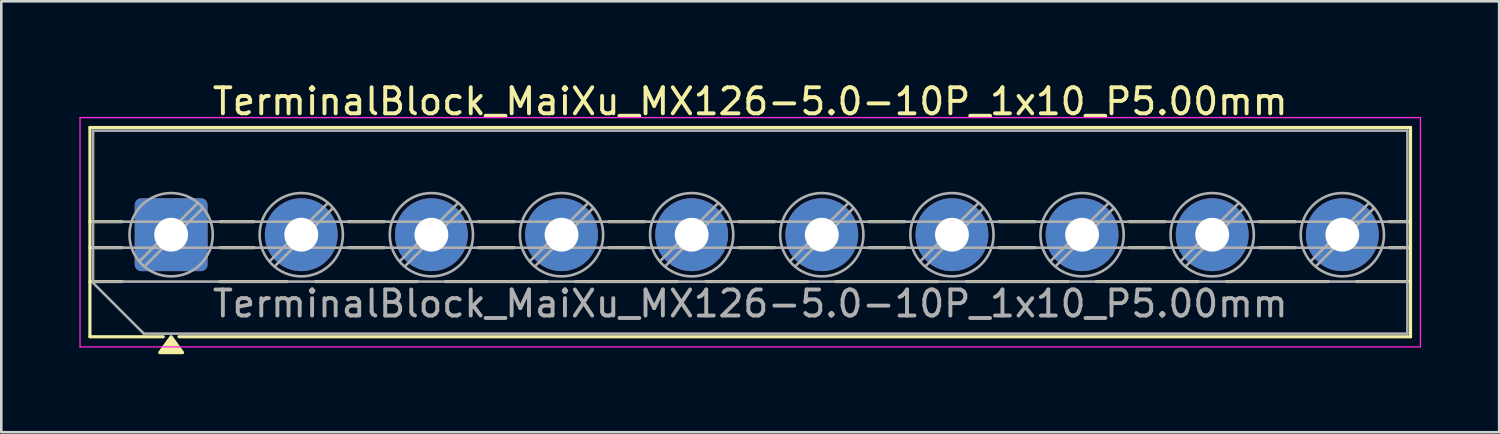
<source format=kicad_pcb>
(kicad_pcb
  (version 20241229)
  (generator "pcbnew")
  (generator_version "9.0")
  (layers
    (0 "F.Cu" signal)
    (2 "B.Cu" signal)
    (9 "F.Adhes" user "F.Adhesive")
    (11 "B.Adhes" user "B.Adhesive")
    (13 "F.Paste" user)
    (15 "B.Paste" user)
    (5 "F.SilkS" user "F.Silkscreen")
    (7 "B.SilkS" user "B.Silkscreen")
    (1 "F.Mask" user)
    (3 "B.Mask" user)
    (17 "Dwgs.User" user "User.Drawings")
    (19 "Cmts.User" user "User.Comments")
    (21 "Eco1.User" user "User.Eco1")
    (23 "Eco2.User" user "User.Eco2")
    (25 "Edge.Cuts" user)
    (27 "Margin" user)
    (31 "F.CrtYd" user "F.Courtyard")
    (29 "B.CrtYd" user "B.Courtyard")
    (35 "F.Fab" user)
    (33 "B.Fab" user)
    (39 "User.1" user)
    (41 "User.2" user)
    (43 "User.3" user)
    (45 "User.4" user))
  (footprint "TerminalBlock_MaiXu_MX126-5.0-10P_1x10_P5.00mm"
    (layer "F.Cu")
    (at 3.525 5.968)
    (property "Reference" "TerminalBlock_MaiXu_MX126-5.0-10P_1x10_P5.00mm" (at 22.25 -5.12 0) (layer "F.SilkS") (effects (font (size 1 1) (thickness 0.15))))
    (attr through_hole)
    (fp_line (start -3.12 -4.12) (end -3.12 3.92) (stroke (width 0.12) (type solid)) (layer "F.SilkS"))
    (fp_line (start -3.12 -4.12) (end 47.62 -4.12) (stroke (width 0.12) (type solid)) (layer "F.SilkS"))
    (fp_line (start -3.12 -0.5) (end -1.88 -0.5) (stroke (width 0.12) (type solid)) (layer "F.SilkS"))
    (fp_line (start -3.12 0.5) (end -1.88 0.5) (stroke (width 0.12) (type solid)) (layer "F.SilkS"))
    (fp_line (start -3.12 1.8) (end -1.88 1.8) (stroke (width 0.12) (type solid)) (layer "F.SilkS"))
    (fp_line (start -3.12 3.92) (end -0.3 3.92) (stroke (width 0.12) (type solid)) (layer "F.SilkS"))
    (fp_line (start 0.3 3.92) (end 47.62 3.92) (stroke (width 0.12) (type solid)) (layer "F.SilkS"))
    (fp_line (start 1.88 -0.5) (end 3.188 -0.5) (stroke (width 0.12) (type solid)) (layer "F.SilkS"))
    (fp_line (start 1.88 0.5) (end 3.188 0.5) (stroke (width 0.12) (type solid)) (layer "F.SilkS"))
    (fp_line (start 1.88 1.8) (end 4.457 1.8) (stroke (width 0.12) (type solid)) (layer "F.SilkS"))
    (fp_line (start 5.543 1.8) (end 9.457 1.8) (stroke (width 0.12) (type solid)) (layer "F.SilkS"))
    (fp_line (start 6.812 -0.5) (end 8.188 -0.5) (stroke (width 0.12) (type solid)) (layer "F.SilkS"))
    (fp_line (start 6.812 0.5) (end 8.188 0.5) (stroke (width 0.12) (type solid)) (layer "F.SilkS"))
    (fp_line (start 10.543 1.8) (end 14.457 1.8) (stroke (width 0.12) (type solid)) (layer "F.SilkS"))
    (fp_line (start 11.812 -0.5) (end 13.188 -0.5) (stroke (width 0.12) (type solid)) (layer "F.SilkS"))
    (fp_line (start 11.812 0.5) (end 13.188 0.5) (stroke (width 0.12) (type solid)) (layer "F.SilkS"))
    (fp_line (start 15.543 1.8) (end 19.457 1.8) (stroke (width 0.12) (type solid)) (layer "F.SilkS"))
    (fp_line (start 16.812 -0.5) (end 18.188 -0.5) (stroke (width 0.12) (type solid)) (layer "F.SilkS"))
    (fp_line (start 16.812 0.5) (end 18.188 0.5) (stroke (width 0.12) (type solid)) (layer "F.SilkS"))
    (fp_line (start 20.543 1.8) (end 24.457 1.8) (stroke (width 0.12) (type solid)) (layer "F.SilkS"))
    (fp_line (start 21.812 -0.5) (end 23.188 -0.5) (stroke (width 0.12) (type solid)) (layer "F.SilkS"))
    (fp_line (start 21.812 0.5) (end 23.188 0.5) (stroke (width 0.12) (type solid)) (layer "F.SilkS"))
    (fp_line (start 25.543 1.8) (end 29.457 1.8) (stroke (width 0.12) (type solid)) (layer "F.SilkS"))
    (fp_line (start 26.812 -0.5) (end 28.188 -0.5) (stroke (width 0.12) (type solid)) (layer "F.SilkS"))
    (fp_line (start 26.812 0.5) (end 28.188 0.5) (stroke (width 0.12) (type solid)) (layer "F.SilkS"))
    (fp_line (start 30.543 1.8) (end 34.457 1.8) (stroke (width 0.12) (type solid)) (layer "F.SilkS"))
    (fp_line (start 31.812 -0.5) (end 33.188 -0.5) (stroke (width 0.12) (type solid)) (layer "F.SilkS"))
    (fp_line (start 31.812 0.5) (end 33.188 0.5) (stroke (width 0.12) (type solid)) (layer "F.SilkS"))
    (fp_line (start 35.543 1.8) (end 39.457 1.8) (stroke (width 0.12) (type solid)) (layer "F.SilkS"))
    (fp_line (start 36.812 -0.5) (end 38.188 -0.5) (stroke (width 0.12) (type solid)) (layer "F.SilkS"))
    (fp_line (start 36.812 0.5) (end 38.188 0.5) (stroke (width 0.12) (type solid)) (layer "F.SilkS"))
    (fp_line (start 40.543 1.8) (end 44.457 1.8) (stroke (width 0.12) (type solid)) (layer "F.SilkS"))
    (fp_line (start 41.812 -0.5) (end 43.188 -0.5) (stroke (width 0.12) (type solid)) (layer "F.SilkS"))
    (fp_line (start 41.812 0.5) (end 43.188 0.5) (stroke (width 0.12) (type solid)) (layer "F.SilkS"))
    (fp_line (start 45.543 1.8) (end 47.62 1.8) (stroke (width 0.12) (type solid)) (layer "F.SilkS"))
    (fp_line (start 46.812 -0.5) (end 47.62 -0.5) (stroke (width 0.12) (type solid)) (layer "F.SilkS"))
    (fp_line (start 46.812 0.5) (end 47.62 0.5) (stroke (width 0.12) (type solid)) (layer "F.SilkS"))
    (fp_line (start 47.62 -4.12) (end 47.62 3.92) (stroke (width 0.12) (type solid)) (layer "F.SilkS"))
    (fp_poly (pts (xy 0 3.92) (xy 0.44 4.53) (xy -0.44 4.53)) (stroke (width 0.12) (type solid)) (fill yes) (layer "F.SilkS"))
    (fp_line (start -3.5 -4.5) (end -3.5 4.31) (stroke (width 0.05) (type solid)) (layer "F.CrtYd"))
    (fp_line (start -3.5 4.31) (end 48 4.31) (stroke (width 0.05) (type solid)) (layer "F.CrtYd"))
    (fp_line (start 48 -4.5) (end -3.5 -4.5) (stroke (width 0.05) (type solid)) (layer "F.CrtYd"))
    (fp_line (start 48 4.31) (end 48 -4.5) (stroke (width 0.05) (type solid)) (layer "F.CrtYd"))
    (fp_line (start -3 -4) (end 47.5 -4) (stroke (width 0.1) (type solid)) (layer "F.Fab"))
    (fp_line (start -3 -0.5) (end 47.5 -0.5) (stroke (width 0.1) (type solid)) (layer "F.Fab"))
    (fp_line (start -3 0.5) (end 47.5 0.5) (stroke (width 0.1) (type solid)) (layer "F.Fab"))
    (fp_line (start -3 1.8) (end 47.5 1.8) (stroke (width 0.1) (type solid)) (layer "F.Fab"))
    (fp_line (start -3 1.85) (end -3 -4) (stroke (width 0.1) (type solid)) (layer "F.Fab"))
    (fp_line (start -1.05 3.8) (end -3 1.85) (stroke (width 0.1) (type solid)) (layer "F.Fab"))
    (fp_line (start 1.018 -1.213) (end -1.214 1.018) (stroke (width 0.1) (type solid)) (layer "F.Fab"))
    (fp_line (start 1.213 -1.018) (end -1.018 1.213) (stroke (width 0.1) (type solid)) (layer "F.Fab"))
    (fp_line (start 6.018 -1.213) (end 3.786 1.018) (stroke (width 0.1) (type solid)) (layer "F.Fab"))
    (fp_line (start 6.213 -1.018) (end 3.982 1.213) (stroke (width 0.1) (type solid)) (layer "F.Fab"))
    (fp_line (start 11.018 -1.213) (end 8.786 1.018) (stroke (width 0.1) (type solid)) (layer "F.Fab"))
    (fp_line (start 11.213 -1.018) (end 8.982 1.213) (stroke (width 0.1) (type solid)) (layer "F.Fab"))
    (fp_line (start 16.018 -1.213) (end 13.786 1.018) (stroke (width 0.1) (type solid)) (layer "F.Fab"))
    (fp_line (start 16.213 -1.018) (end 13.982 1.213) (stroke (width 0.1) (type solid)) (layer "F.Fab"))
    (fp_line (start 21.018 -1.213) (end 18.786 1.018) (stroke (width 0.1) (type solid)) (layer "F.Fab"))
    (fp_line (start 21.213 -1.018) (end 18.982 1.213) (stroke (width 0.1) (type solid)) (layer "F.Fab"))
    (fp_line (start 26.018 -1.213) (end 23.786 1.018) (stroke (width 0.1) (type solid)) (layer "F.Fab"))
    (fp_line (start 26.213 -1.018) (end 23.982 1.213) (stroke (width 0.1) (type solid)) (layer "F.Fab"))
    (fp_line (start 31.018 -1.213) (end 28.786 1.018) (stroke (width 0.1) (type solid)) (layer "F.Fab"))
    (fp_line (start 31.213 -1.018) (end 28.982 1.213) (stroke (width 0.1) (type solid)) (layer "F.Fab"))
    (fp_line (start 36.018 -1.213) (end 33.786 1.018) (stroke (width 0.1) (type solid)) (layer "F.Fab"))
    (fp_line (start 36.213 -1.018) (end 33.982 1.213) (stroke (width 0.1) (type solid)) (layer "F.Fab"))
    (fp_line (start 41.018 -1.213) (end 38.786 1.018) (stroke (width 0.1) (type solid)) (layer "F.Fab"))
    (fp_line (start 41.213 -1.018) (end 38.982 1.213) (stroke (width 0.1) (type solid)) (layer "F.Fab"))
    (fp_line (start 46.018 -1.213) (end 43.786 1.018) (stroke (width 0.1) (type solid)) (layer "F.Fab"))
    (fp_line (start 46.213 -1.018) (end 43.982 1.213) (stroke (width 0.1) (type solid)) (layer "F.Fab"))
    (fp_line (start 47.5 -4) (end 47.5 3.8) (stroke (width 0.1) (type solid)) (layer "F.Fab"))
    (fp_line (start 47.5 3.8) (end -1.05 3.8) (stroke (width 0.1) (type solid)) (layer "F.Fab"))
    (fp_circle (center 0 0) (end 1.6 0) (stroke (width 0.1) (type solid)) (fill no) (layer "F.Fab"))
    (fp_circle (center 5 0) (end 6.6 0) (stroke (width 0.1) (type solid)) (fill no) (layer "F.Fab"))
    (fp_circle (center 10 0) (end 11.6 0) (stroke (width 0.1) (type solid)) (fill no) (layer "F.Fab"))
    (fp_circle (center 15 0) (end 16.6 0) (stroke (width 0.1) (type solid)) (fill no) (layer "F.Fab"))
    (fp_circle (center 20 0) (end 21.6 0) (stroke (width 0.1) (type solid)) (fill no) (layer "F.Fab"))
    (fp_circle (center 25 0) (end 26.6 0) (stroke (width 0.1) (type solid)) (fill no) (layer "F.Fab"))
    (fp_circle (center 30 0) (end 31.6 0) (stroke (width 0.1) (type solid)) (fill no) (layer "F.Fab"))
    (fp_circle (center 35 0) (end 36.6 0) (stroke (width 0.1) (type solid)) (fill no) (layer "F.Fab"))
    (fp_circle (center 40 0) (end 41.6 0) (stroke (width 0.1) (type solid)) (fill no) (layer "F.Fab"))
    (fp_circle (center 45 0) (end 46.6 0) (stroke (width 0.1) (type solid)) (fill no) (layer "F.Fab"))
    (fp_text user "${REFERENCE}" (at 22.25 2.65 0) (layer "F.Fab") (effects (font (size 1 1) (thickness 0.15))))
    (pad "1" thru_hole roundrect (at 0 0) (size 2.8 2.8) (drill 1.3) (layers "*.Cu" "*.Mask") (roundrect_rratio 0.089))
    (pad "2" thru_hole circle (at 5 0) (size 2.8 2.8) (drill 1.3) (layers "*.Cu" "*.Mask"))
    (pad "3" thru_hole circle (at 10 0) (size 2.8 2.8) (drill 1.3) (layers "*.Cu" "*.Mask"))
    (pad "4" thru_hole circle (at 15 0) (size 2.8 2.8) (drill 1.3) (layers "*.Cu" "*.Mask"))
    (pad "5" thru_hole circle (at 20 0) (size 2.8 2.8) (drill 1.3) (layers "*.Cu" "*.Mask"))
    (pad "6" thru_hole circle (at 25 0) (size 2.8 2.8) (drill 1.3) (layers "*.Cu" "*.Mask"))
    (pad "7" thru_hole circle (at 30 0) (size 2.8 2.8) (drill 1.3) (layers "*.Cu" "*.Mask"))
    (pad "8" thru_hole circle (at 35 0) (size 2.8 2.8) (drill 1.3) (layers "*.Cu" "*.Mask"))
    (pad "9" thru_hole circle (at 40 0) (size 2.8 2.8) (drill 1.3) (layers "*.Cu" "*.Mask"))
    (pad "10" thru_hole circle (at 45 0) (size 2.8 2.8) (drill 1.3) (layers "*.Cu" "*.Mask")))
  (gr_rect
    (start -3 -3)
    (end 54.55 13.558)
    (stroke (width 0.1) (type default))
    (fill no)
    (layer "Edge.Cuts")))
</source>
